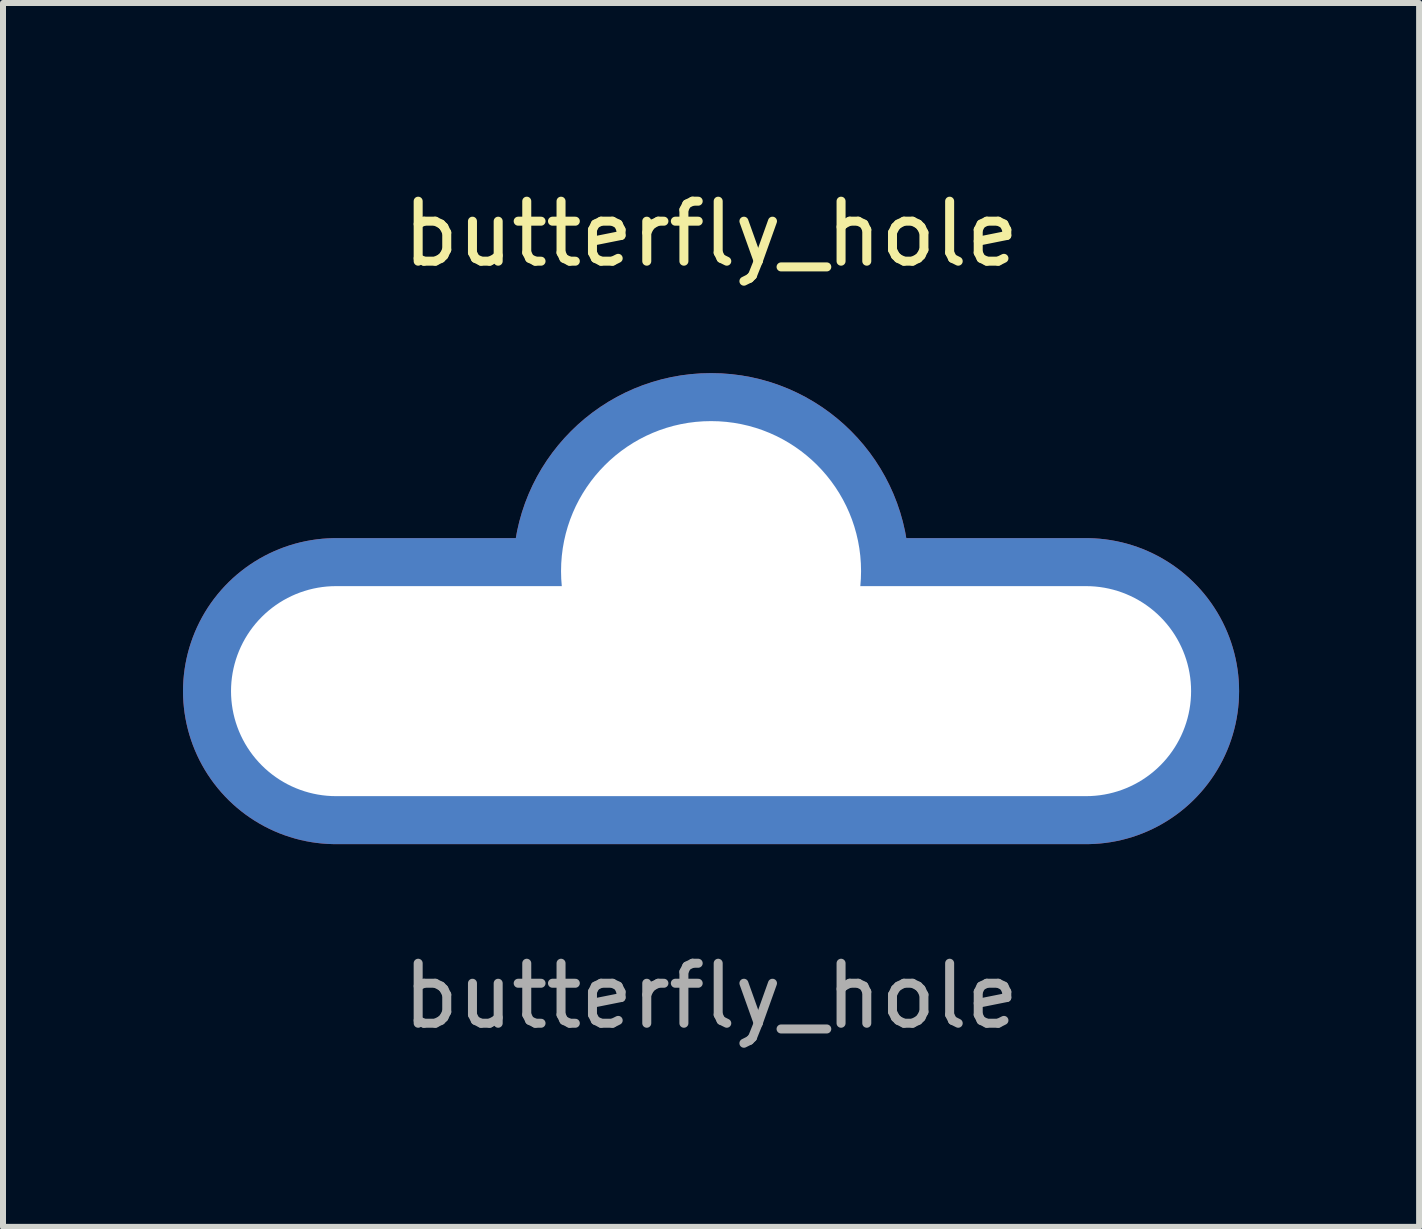
<source format=kicad_pcb>
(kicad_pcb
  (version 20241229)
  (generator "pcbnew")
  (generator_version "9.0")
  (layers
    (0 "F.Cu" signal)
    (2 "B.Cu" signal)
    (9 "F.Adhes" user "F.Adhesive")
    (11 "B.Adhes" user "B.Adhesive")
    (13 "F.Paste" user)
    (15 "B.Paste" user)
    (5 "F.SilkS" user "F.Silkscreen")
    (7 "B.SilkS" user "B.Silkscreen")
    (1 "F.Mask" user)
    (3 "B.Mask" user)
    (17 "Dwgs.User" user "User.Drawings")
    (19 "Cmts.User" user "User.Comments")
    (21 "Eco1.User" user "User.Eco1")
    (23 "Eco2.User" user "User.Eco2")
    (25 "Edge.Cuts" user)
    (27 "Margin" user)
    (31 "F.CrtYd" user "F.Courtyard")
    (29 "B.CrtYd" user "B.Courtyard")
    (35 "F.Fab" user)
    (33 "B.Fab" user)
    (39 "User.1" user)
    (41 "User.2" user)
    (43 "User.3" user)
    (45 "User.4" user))
  (footprint "butterfly_hole"
    (layer "F.Cu")
    (at 8.8 8.468)
    (property "Reference" "butterfly_hole" (at 0 -7.62 0) (unlocked yes) (layer "F.SilkS") (effects (font (size 1 1) (thickness 0.15))))
    (attr through_hole)
    (fp_text user "${REFERENCE}" (at 0 5.08 0) (unlocked yes) (layer "F.Fab") (effects (font (size 1 1) (thickness 0.15))))
    (pad "" np_thru_hole circle (at 0 -2) (size 6.6 6.6) (drill 5) (layers "*.Cu" "*.Mask"))
    (pad "" np_thru_hole oval (at 0 0) (size 17.6 5.1) (drill oval 16 3.5) (layers "*.Cu" "*.Mask")))
  (gr_rect
    (start -3 -3)
    (end 20.6 17.396)
    (stroke (width 0.1) (type default))
    (fill no)
    (layer "Edge.Cuts")))
</source>
